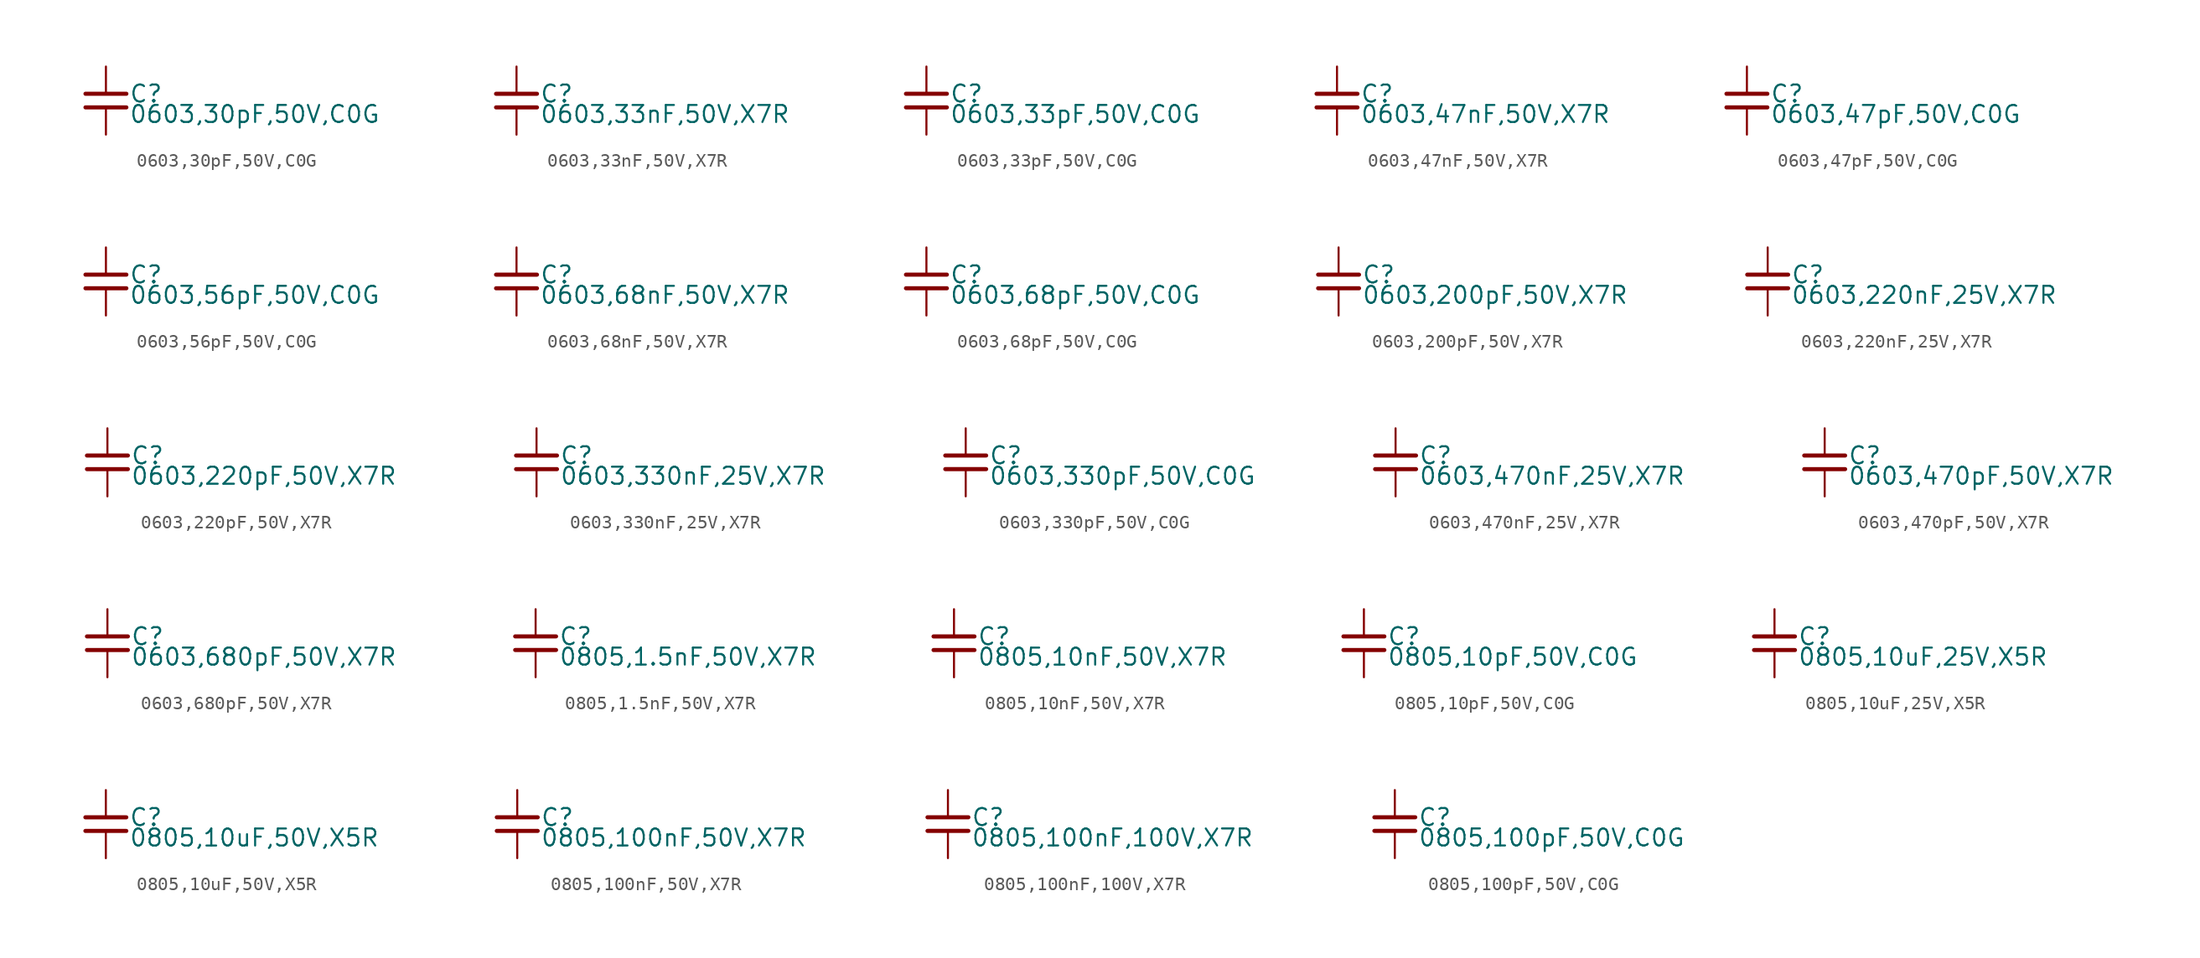
<source format=kicad_sym>
(kicad_symbol_lib
  (version 20220914)
  (generator kicad_symbol_editor)
  (symbol "0603,30pF,50V,C0G "
    (property "Reference" "C"
      (at 1.71 0.508 0)
      (effects (font (size 1.27 1.27)) (justify left)))
    (property "Value" "0603,30pF,50V,C0G "
      (at 1.71 -1.016 0)
      (effects (font (size 1.27 1.27)) (justify left)))
    (property "ki_locked" ""
      (at 0 0 0)
      (effects (font (size 1.27 1.27))))
    (symbol "0603,30pF,50V,C0G _0_0"
      (polyline (pts (xy -1.524 -0.508) (xy 1.524 -0.508)) (stroke (width 0.305) (type default)) (fill (type none)))
      (polyline (pts (xy -1.524 0.508) (xy 1.524 0.508)) (stroke (width 0.305) (type default)) (fill (type none)))
      (pin passive line (at 0 2.54 270) (length 2.032) (name "~" (effects (font (size 0 0)))) (number "1" (effects (font (size 0 0)))))
      (pin passive line (at 0 -2.54 90) (length 2.032) (name "~" (effects (font (size 0 0)))) (number "2" (effects (font (size 0 0)))))))
  (symbol "0603,33nF,50V,X7R "
    (property "Reference" "C"
      (at 1.71 0.508 0)
      (effects (font (size 1.27 1.27)) (justify left)))
    (property "Value" "0603,33nF,50V,X7R "
      (at 1.71 -1.016 0)
      (effects (font (size 1.27 1.27)) (justify left)))
    (property "ki_locked" ""
      (at 0 0 0)
      (effects (font (size 1.27 1.27))))
    (symbol "0603,33nF,50V,X7R _0_0"
      (polyline (pts (xy -1.524 -0.508) (xy 1.524 -0.508)) (stroke (width 0.305) (type default)) (fill (type none)))
      (polyline (pts (xy -1.524 0.508) (xy 1.524 0.508)) (stroke (width 0.305) (type default)) (fill (type none)))
      (pin passive line (at 0 2.54 270) (length 2.032) (name "~" (effects (font (size 0 0)))) (number "1" (effects (font (size 0 0)))))
      (pin passive line (at 0 -2.54 90) (length 2.032) (name "~" (effects (font (size 0 0)))) (number "2" (effects (font (size 0 0)))))))
  (symbol "0603,33pF,50V,C0G "
    (property "Reference" "C"
      (at 1.71 0.508 0)
      (effects (font (size 1.27 1.27)) (justify left)))
    (property "Value" "0603,33pF,50V,C0G "
      (at 1.71 -1.016 0)
      (effects (font (size 1.27 1.27)) (justify left)))
    (property "ki_locked" ""
      (at 0 0 0)
      (effects (font (size 1.27 1.27))))
    (symbol "0603,33pF,50V,C0G _0_0"
      (polyline (pts (xy -1.524 -0.508) (xy 1.524 -0.508)) (stroke (width 0.305) (type default)) (fill (type none)))
      (polyline (pts (xy -1.524 0.508) (xy 1.524 0.508)) (stroke (width 0.305) (type default)) (fill (type none)))
      (pin passive line (at 0 2.54 270) (length 2.032) (name "~" (effects (font (size 0 0)))) (number "1" (effects (font (size 0 0)))))
      (pin passive line (at 0 -2.54 90) (length 2.032) (name "~" (effects (font (size 0 0)))) (number "2" (effects (font (size 0 0)))))))
  (symbol "0603,47nF,50V,X7R "
    (property "Reference" "C"
      (at 1.71 0.508 0)
      (effects (font (size 1.27 1.27)) (justify left)))
    (property "Value" "0603,47nF,50V,X7R "
      (at 1.71 -1.016 0)
      (effects (font (size 1.27 1.27)) (justify left)))
    (property "ki_locked" ""
      (at 0 0 0)
      (effects (font (size 1.27 1.27))))
    (symbol "0603,47nF,50V,X7R _0_0"
      (polyline (pts (xy -1.524 -0.508) (xy 1.524 -0.508)) (stroke (width 0.305) (type default)) (fill (type none)))
      (polyline (pts (xy -1.524 0.508) (xy 1.524 0.508)) (stroke (width 0.305) (type default)) (fill (type none)))
      (pin passive line (at 0 2.54 270) (length 2.032) (name "~" (effects (font (size 0 0)))) (number "1" (effects (font (size 0 0)))))
      (pin passive line (at 0 -2.54 90) (length 2.032) (name "~" (effects (font (size 0 0)))) (number "2" (effects (font (size 0 0)))))))
  (symbol "0603,47pF,50V,C0G "
    (property "Reference" "C"
      (at 1.71 0.508 0)
      (effects (font (size 1.27 1.27)) (justify left)))
    (property "Value" "0603,47pF,50V,C0G "
      (at 1.71 -1.016 0)
      (effects (font (size 1.27 1.27)) (justify left)))
    (property "ki_locked" ""
      (at 0 0 0)
      (effects (font (size 1.27 1.27))))
    (symbol "0603,47pF,50V,C0G _0_0"
      (polyline (pts (xy -1.524 -0.508) (xy 1.524 -0.508)) (stroke (width 0.305) (type default)) (fill (type none)))
      (polyline (pts (xy -1.524 0.508) (xy 1.524 0.508)) (stroke (width 0.305) (type default)) (fill (type none)))
      (pin passive line (at 0 2.54 270) (length 2.032) (name "~" (effects (font (size 0 0)))) (number "1" (effects (font (size 0 0)))))
      (pin passive line (at 0 -2.54 90) (length 2.032) (name "~" (effects (font (size 0 0)))) (number "2" (effects (font (size 0 0)))))))
  (symbol "0603,56pF,50V,C0G "
    (property "Reference" "C"
      (at 1.71 0.508 0)
      (effects (font (size 1.27 1.27)) (justify left)))
    (property "Value" "0603,56pF,50V,C0G "
      (at 1.71 -1.016 0)
      (effects (font (size 1.27 1.27)) (justify left)))
    (property "ki_locked" ""
      (at 0 0 0)
      (effects (font (size 1.27 1.27))))
    (symbol "0603,56pF,50V,C0G _0_0"
      (polyline (pts (xy -1.524 -0.508) (xy 1.524 -0.508)) (stroke (width 0.305) (type default)) (fill (type none)))
      (polyline (pts (xy -1.524 0.508) (xy 1.524 0.508)) (stroke (width 0.305) (type default)) (fill (type none)))
      (pin passive line (at 0 2.54 270) (length 2.032) (name "~" (effects (font (size 0 0)))) (number "1" (effects (font (size 0 0)))))
      (pin passive line (at 0 -2.54 90) (length 2.032) (name "~" (effects (font (size 0 0)))) (number "2" (effects (font (size 0 0)))))))
  (symbol "0603,68nF,50V,X7R "
    (property "Reference" "C"
      (at 1.71 0.508 0)
      (effects (font (size 1.27 1.27)) (justify left)))
    (property "Value" "0603,68nF,50V,X7R "
      (at 1.71 -1.016 0)
      (effects (font (size 1.27 1.27)) (justify left)))
    (property "ki_locked" ""
      (at 0 0 0)
      (effects (font (size 1.27 1.27))))
    (symbol "0603,68nF,50V,X7R _0_0"
      (polyline (pts (xy -1.524 -0.508) (xy 1.524 -0.508)) (stroke (width 0.305) (type default)) (fill (type none)))
      (polyline (pts (xy -1.524 0.508) (xy 1.524 0.508)) (stroke (width 0.305) (type default)) (fill (type none)))
      (pin passive line (at 0 2.54 270) (length 2.032) (name "~" (effects (font (size 0 0)))) (number "1" (effects (font (size 0 0)))))
      (pin passive line (at 0 -2.54 90) (length 2.032) (name "~" (effects (font (size 0 0)))) (number "2" (effects (font (size 0 0)))))))
  (symbol "0603,68pF,50V,C0G "
    (property "Reference" "C"
      (at 1.71 0.508 0)
      (effects (font (size 1.27 1.27)) (justify left)))
    (property "Value" "0603,68pF,50V,C0G "
      (at 1.71 -1.016 0)
      (effects (font (size 1.27 1.27)) (justify left)))
    (property "ki_locked" ""
      (at 0 0 0)
      (effects (font (size 1.27 1.27))))
    (symbol "0603,68pF,50V,C0G _0_0"
      (polyline (pts (xy -1.524 -0.508) (xy 1.524 -0.508)) (stroke (width 0.305) (type default)) (fill (type none)))
      (polyline (pts (xy -1.524 0.508) (xy 1.524 0.508)) (stroke (width 0.305) (type default)) (fill (type none)))
      (pin passive line (at 0 2.54 270) (length 2.032) (name "~" (effects (font (size 0 0)))) (number "1" (effects (font (size 0 0)))))
      (pin passive line (at 0 -2.54 90) (length 2.032) (name "~" (effects (font (size 0 0)))) (number "2" (effects (font (size 0 0)))))))
  (symbol "0603,200pF,50V,X7R "
    (property "Reference" "C"
      (at 1.71 0.508 0)
      (effects (font (size 1.27 1.27)) (justify left)))
    (property "Value" "0603,200pF,50V,X7R "
      (at 1.71 -1.016 0)
      (effects (font (size 1.27 1.27)) (justify left)))
    (property "ki_locked" ""
      (at 0 0 0)
      (effects (font (size 1.27 1.27))))
    (symbol "0603,200pF,50V,X7R _0_0"
      (polyline (pts (xy -1.524 -0.508) (xy 1.524 -0.508)) (stroke (width 0.305) (type default)) (fill (type none)))
      (polyline (pts (xy -1.524 0.508) (xy 1.524 0.508)) (stroke (width 0.305) (type default)) (fill (type none)))
      (pin passive line (at 0 2.54 270) (length 2.032) (name "~" (effects (font (size 0 0)))) (number "1" (effects (font (size 0 0)))))
      (pin passive line (at 0 -2.54 90) (length 2.032) (name "~" (effects (font (size 0 0)))) (number "2" (effects (font (size 0 0)))))))
  (symbol "0603,220nF,25V,X7R "
    (property "Reference" "C"
      (at 1.71 0.508 0)
      (effects (font (size 1.27 1.27)) (justify left)))
    (property "Value" "0603,220nF,25V,X7R "
      (at 1.71 -1.016 0)
      (effects (font (size 1.27 1.27)) (justify left)))
    (property "ki_locked" ""
      (at 0 0 0)
      (effects (font (size 1.27 1.27))))
    (symbol "0603,220nF,25V,X7R _0_0"
      (polyline (pts (xy -1.524 -0.508) (xy 1.524 -0.508)) (stroke (width 0.305) (type default)) (fill (type none)))
      (polyline (pts (xy -1.524 0.508) (xy 1.524 0.508)) (stroke (width 0.305) (type default)) (fill (type none)))
      (pin passive line (at 0 2.54 270) (length 2.032) (name "~" (effects (font (size 0 0)))) (number "1" (effects (font (size 0 0)))))
      (pin passive line (at 0 -2.54 90) (length 2.032) (name "~" (effects (font (size 0 0)))) (number "2" (effects (font (size 0 0)))))))
  (symbol "0603,220pF,50V,X7R "
    (property "Reference" "C"
      (at 1.71 0.508 0)
      (effects (font (size 1.27 1.27)) (justify left)))
    (property "Value" "0603,220pF,50V,X7R "
      (at 1.71 -1.016 0)
      (effects (font (size 1.27 1.27)) (justify left)))
    (property "ki_locked" ""
      (at 0 0 0)
      (effects (font (size 1.27 1.27))))
    (symbol "0603,220pF,50V,X7R _0_0"
      (polyline (pts (xy -1.524 -0.508) (xy 1.524 -0.508)) (stroke (width 0.305) (type default)) (fill (type none)))
      (polyline (pts (xy -1.524 0.508) (xy 1.524 0.508)) (stroke (width 0.305) (type default)) (fill (type none)))
      (pin passive line (at 0 2.54 270) (length 2.032) (name "~" (effects (font (size 0 0)))) (number "1" (effects (font (size 0 0)))))
      (pin passive line (at 0 -2.54 90) (length 2.032) (name "~" (effects (font (size 0 0)))) (number "2" (effects (font (size 0 0)))))))
  (symbol "0603,330nF,25V,X7R "
    (property "Reference" "C"
      (at 1.71 0.508 0)
      (effects (font (size 1.27 1.27)) (justify left)))
    (property "Value" "0603,330nF,25V,X7R "
      (at 1.71 -1.016 0)
      (effects (font (size 1.27 1.27)) (justify left)))
    (property "ki_locked" ""
      (at 0 0 0)
      (effects (font (size 1.27 1.27))))
    (symbol "0603,330nF,25V,X7R _0_0"
      (polyline (pts (xy -1.524 -0.508) (xy 1.524 -0.508)) (stroke (width 0.305) (type default)) (fill (type none)))
      (polyline (pts (xy -1.524 0.508) (xy 1.524 0.508)) (stroke (width 0.305) (type default)) (fill (type none)))
      (pin passive line (at 0 2.54 270) (length 2.032) (name "~" (effects (font (size 0 0)))) (number "1" (effects (font (size 0 0)))))
      (pin passive line (at 0 -2.54 90) (length 2.032) (name "~" (effects (font (size 0 0)))) (number "2" (effects (font (size 0 0)))))))
  (symbol "0603,330pF,50V,C0G "
    (property "Reference" "C"
      (at 1.71 0.508 0)
      (effects (font (size 1.27 1.27)) (justify left)))
    (property "Value" "0603,330pF,50V,C0G "
      (at 1.71 -1.016 0)
      (effects (font (size 1.27 1.27)) (justify left)))
    (property "ki_locked" ""
      (at 0 0 0)
      (effects (font (size 1.27 1.27))))
    (symbol "0603,330pF,50V,C0G _0_0"
      (polyline (pts (xy -1.524 -0.508) (xy 1.524 -0.508)) (stroke (width 0.305) (type default)) (fill (type none)))
      (polyline (pts (xy -1.524 0.508) (xy 1.524 0.508)) (stroke (width 0.305) (type default)) (fill (type none)))
      (pin passive line (at 0 2.54 270) (length 2.032) (name "~" (effects (font (size 0 0)))) (number "1" (effects (font (size 0 0)))))
      (pin passive line (at 0 -2.54 90) (length 2.032) (name "~" (effects (font (size 0 0)))) (number "2" (effects (font (size 0 0)))))))
  (symbol "0603,470nF,25V,X7R "
    (property "Reference" "C"
      (at 1.71 0.508 0)
      (effects (font (size 1.27 1.27)) (justify left)))
    (property "Value" "0603,470nF,25V,X7R "
      (at 1.71 -1.016 0)
      (effects (font (size 1.27 1.27)) (justify left)))
    (property "ki_locked" ""
      (at 0 0 0)
      (effects (font (size 1.27 1.27))))
    (symbol "0603,470nF,25V,X7R _0_0"
      (polyline (pts (xy -1.524 -0.508) (xy 1.524 -0.508)) (stroke (width 0.305) (type default)) (fill (type none)))
      (polyline (pts (xy -1.524 0.508) (xy 1.524 0.508)) (stroke (width 0.305) (type default)) (fill (type none)))
      (pin passive line (at 0 2.54 270) (length 2.032) (name "~" (effects (font (size 0 0)))) (number "1" (effects (font (size 0 0)))))
      (pin passive line (at 0 -2.54 90) (length 2.032) (name "~" (effects (font (size 0 0)))) (number "2" (effects (font (size 0 0)))))))
  (symbol "0603,470pF,50V,X7R "
    (property "Reference" "C"
      (at 1.71 0.508 0)
      (effects (font (size 1.27 1.27)) (justify left)))
    (property "Value" "0603,470pF,50V,X7R "
      (at 1.71 -1.016 0)
      (effects (font (size 1.27 1.27)) (justify left)))
    (property "ki_locked" ""
      (at 0 0 0)
      (effects (font (size 1.27 1.27))))
    (symbol "0603,470pF,50V,X7R _0_0"
      (polyline (pts (xy -1.524 -0.508) (xy 1.524 -0.508)) (stroke (width 0.305) (type default)) (fill (type none)))
      (polyline (pts (xy -1.524 0.508) (xy 1.524 0.508)) (stroke (width 0.305) (type default)) (fill (type none)))
      (pin passive line (at 0 2.54 270) (length 2.032) (name "~" (effects (font (size 0 0)))) (number "1" (effects (font (size 0 0)))))
      (pin passive line (at 0 -2.54 90) (length 2.032) (name "~" (effects (font (size 0 0)))) (number "2" (effects (font (size 0 0)))))))
  (symbol "0603,680pF,50V,X7R "
    (property "Reference" "C"
      (at 1.71 0.508 0)
      (effects (font (size 1.27 1.27)) (justify left)))
    (property "Value" "0603,680pF,50V,X7R "
      (at 1.71 -1.016 0)
      (effects (font (size 1.27 1.27)) (justify left)))
    (property "ki_locked" ""
      (at 0 0 0)
      (effects (font (size 1.27 1.27))))
    (symbol "0603,680pF,50V,X7R _0_0"
      (polyline (pts (xy -1.524 -0.508) (xy 1.524 -0.508)) (stroke (width 0.305) (type default)) (fill (type none)))
      (polyline (pts (xy -1.524 0.508) (xy 1.524 0.508)) (stroke (width 0.305) (type default)) (fill (type none)))
      (pin passive line (at 0 2.54 270) (length 2.032) (name "~" (effects (font (size 0 0)))) (number "1" (effects (font (size 0 0)))))
      (pin passive line (at 0 -2.54 90) (length 2.032) (name "~" (effects (font (size 0 0)))) (number "2" (effects (font (size 0 0)))))))
  (symbol "0805,1.5nF,50V,X7R "
    (property "Reference" "C"
      (at 1.71 0.508 0)
      (effects (font (size 1.27 1.27)) (justify left)))
    (property "Value" "0805,1.5nF,50V,X7R "
      (at 1.71 -1.016 0)
      (effects (font (size 1.27 1.27)) (justify left)))
    (property "ki_locked" ""
      (at 0 0 0)
      (effects (font (size 1.27 1.27))))
    (symbol "0805,1.5nF,50V,X7R _0_0"
      (polyline (pts (xy -1.524 -0.508) (xy 1.524 -0.508)) (stroke (width 0.305) (type default)) (fill (type none)))
      (polyline (pts (xy -1.524 0.508) (xy 1.524 0.508)) (stroke (width 0.305) (type default)) (fill (type none)))
      (pin passive line (at 0 2.54 270) (length 2.032) (name "~" (effects (font (size 0 0)))) (number "1" (effects (font (size 0 0)))))
      (pin passive line (at 0 -2.54 90) (length 2.032) (name "~" (effects (font (size 0 0)))) (number "2" (effects (font (size 0 0)))))))
  (symbol "0805,10nF,50V,X7R "
    (property "Reference" "C"
      (at 1.71 0.508 0)
      (effects (font (size 1.27 1.27)) (justify left)))
    (property "Value" "0805,10nF,50V,X7R "
      (at 1.71 -1.016 0)
      (effects (font (size 1.27 1.27)) (justify left)))
    (property "ki_locked" ""
      (at 0 0 0)
      (effects (font (size 1.27 1.27))))
    (symbol "0805,10nF,50V,X7R _0_0"
      (polyline (pts (xy -1.524 -0.508) (xy 1.524 -0.508)) (stroke (width 0.305) (type default)) (fill (type none)))
      (polyline (pts (xy -1.524 0.508) (xy 1.524 0.508)) (stroke (width 0.305) (type default)) (fill (type none)))
      (pin passive line (at 0 2.54 270) (length 2.032) (name "~" (effects (font (size 0 0)))) (number "1" (effects (font (size 0 0)))))
      (pin passive line (at 0 -2.54 90) (length 2.032) (name "~" (effects (font (size 0 0)))) (number "2" (effects (font (size 0 0)))))))
  (symbol "0805,10pF,50V,C0G "
    (property "Reference" "C"
      (at 1.71 0.508 0)
      (effects (font (size 1.27 1.27)) (justify left)))
    (property "Value" "0805,10pF,50V,C0G "
      (at 1.71 -1.016 0)
      (effects (font (size 1.27 1.27)) (justify left)))
    (property "ki_locked" ""
      (at 0 0 0)
      (effects (font (size 1.27 1.27))))
    (symbol "0805,10pF,50V,C0G _0_0"
      (polyline (pts (xy -1.524 -0.508) (xy 1.524 -0.508)) (stroke (width 0.305) (type default)) (fill (type none)))
      (polyline (pts (xy -1.524 0.508) (xy 1.524 0.508)) (stroke (width 0.305) (type default)) (fill (type none)))
      (pin passive line (at 0 2.54 270) (length 2.032) (name "~" (effects (font (size 0 0)))) (number "1" (effects (font (size 0 0)))))
      (pin passive line (at 0 -2.54 90) (length 2.032) (name "~" (effects (font (size 0 0)))) (number "2" (effects (font (size 0 0)))))))
  (symbol "0805,10uF,25V,X5R "
    (property "Reference" "C"
      (at 1.71 0.508 0)
      (effects (font (size 1.27 1.27)) (justify left)))
    (property "Value" "0805,10uF,25V,X5R "
      (at 1.71 -1.016 0)
      (effects (font (size 1.27 1.27)) (justify left)))
    (property "ki_locked" ""
      (at 0 0 0)
      (effects (font (size 1.27 1.27))))
    (symbol "0805,10uF,25V,X5R _0_0"
      (polyline (pts (xy -1.524 -0.508) (xy 1.524 -0.508)) (stroke (width 0.305) (type default)) (fill (type none)))
      (polyline (pts (xy -1.524 0.508) (xy 1.524 0.508)) (stroke (width 0.305) (type default)) (fill (type none)))
      (pin passive line (at 0 2.54 270) (length 2.032) (name "~" (effects (font (size 0 0)))) (number "1" (effects (font (size 0 0)))))
      (pin passive line (at 0 -2.54 90) (length 2.032) (name "~" (effects (font (size 0 0)))) (number "2" (effects (font (size 0 0)))))))
  (symbol "0805,10uF,50V,X5R "
    (property "Reference" "C"
      (at 1.71 0.508 0)
      (effects (font (size 1.27 1.27)) (justify left)))
    (property "Value" "0805,10uF,50V,X5R "
      (at 1.71 -1.016 0)
      (effects (font (size 1.27 1.27)) (justify left)))
    (property "ki_locked" ""
      (at 0 0 0)
      (effects (font (size 1.27 1.27))))
    (symbol "0805,10uF,50V,X5R _0_0"
      (polyline (pts (xy -1.524 -0.508) (xy 1.524 -0.508)) (stroke (width 0.305) (type default)) (fill (type none)))
      (polyline (pts (xy -1.524 0.508) (xy 1.524 0.508)) (stroke (width 0.305) (type default)) (fill (type none)))
      (pin passive line (at 0 2.54 270) (length 2.032) (name "~" (effects (font (size 0 0)))) (number "1" (effects (font (size 0 0)))))
      (pin passive line (at 0 -2.54 90) (length 2.032) (name "~" (effects (font (size 0 0)))) (number "2" (effects (font (size 0 0)))))))
  (symbol "0805,100nF,50V,X7R "
    (property "Reference" "C"
      (at 1.71 0.508 0)
      (effects (font (size 1.27 1.27)) (justify left)))
    (property "Value" "0805,100nF,50V,X7R "
      (at 1.71 -1.016 0)
      (effects (font (size 1.27 1.27)) (justify left)))
    (property "ki_locked" ""
      (at 0 0 0)
      (effects (font (size 1.27 1.27))))
    (symbol "0805,100nF,50V,X7R _0_0"
      (polyline (pts (xy -1.524 -0.508) (xy 1.524 -0.508)) (stroke (width 0.305) (type default)) (fill (type none)))
      (polyline (pts (xy -1.524 0.508) (xy 1.524 0.508)) (stroke (width 0.305) (type default)) (fill (type none)))
      (pin passive line (at 0 2.54 270) (length 2.032) (name "~" (effects (font (size 0 0)))) (number "1" (effects (font (size 0 0)))))
      (pin passive line (at 0 -2.54 90) (length 2.032) (name "~" (effects (font (size 0 0)))) (number "2" (effects (font (size 0 0)))))))
  (symbol "0805,100nF,100V,X7R "
    (property "Reference" "C"
      (at 1.71 0.508 0)
      (effects (font (size 1.27 1.27)) (justify left)))
    (property "Value" "0805,100nF,100V,X7R "
      (at 1.71 -1.016 0)
      (effects (font (size 1.27 1.27)) (justify left)))
    (property "ki_locked" ""
      (at 0 0 0)
      (effects (font (size 1.27 1.27))))
    (symbol "0805,100nF,100V,X7R _0_0"
      (polyline (pts (xy -1.524 -0.508) (xy 1.524 -0.508)) (stroke (width 0.305) (type default)) (fill (type none)))
      (polyline (pts (xy -1.524 0.508) (xy 1.524 0.508)) (stroke (width 0.305) (type default)) (fill (type none)))
      (pin passive line (at 0 2.54 270) (length 2.032) (name "~" (effects (font (size 0 0)))) (number "1" (effects (font (size 0 0)))))
      (pin passive line (at 0 -2.54 90) (length 2.032) (name "~" (effects (font (size 0 0)))) (number "2" (effects (font (size 0 0)))))))
  (symbol "0805,100pF,50V,C0G "
    (property "Reference" "C"
      (at 1.71 0.508 0)
      (effects (font (size 1.27 1.27)) (justify left)))
    (property "Value" "0805,100pF,50V,C0G "
      (at 1.71 -1.016 0)
      (effects (font (size 1.27 1.27)) (justify left)))
    (property "ki_locked" ""
      (at 0 0 0)
      (effects (font (size 1.27 1.27))))
    (symbol "0805,100pF,50V,C0G _0_0"
      (polyline (pts (xy -1.524 -0.508) (xy 1.524 -0.508)) (stroke (width 0.305) (type default)) (fill (type none)))
      (polyline (pts (xy -1.524 0.508) (xy 1.524 0.508)) (stroke (width 0.305) (type default)) (fill (type none)))
      (pin passive line (at 0 2.54 270) (length 2.032) (name "~" (effects (font (size 0 0)))) (number "1" (effects (font (size 0 0)))))
      (pin passive line (at 0 -2.54 90) (length 2.032) (name "~" (effects (font (size 0 0)))) (number "2" (effects (font (size 0 0))))))))
</source>
